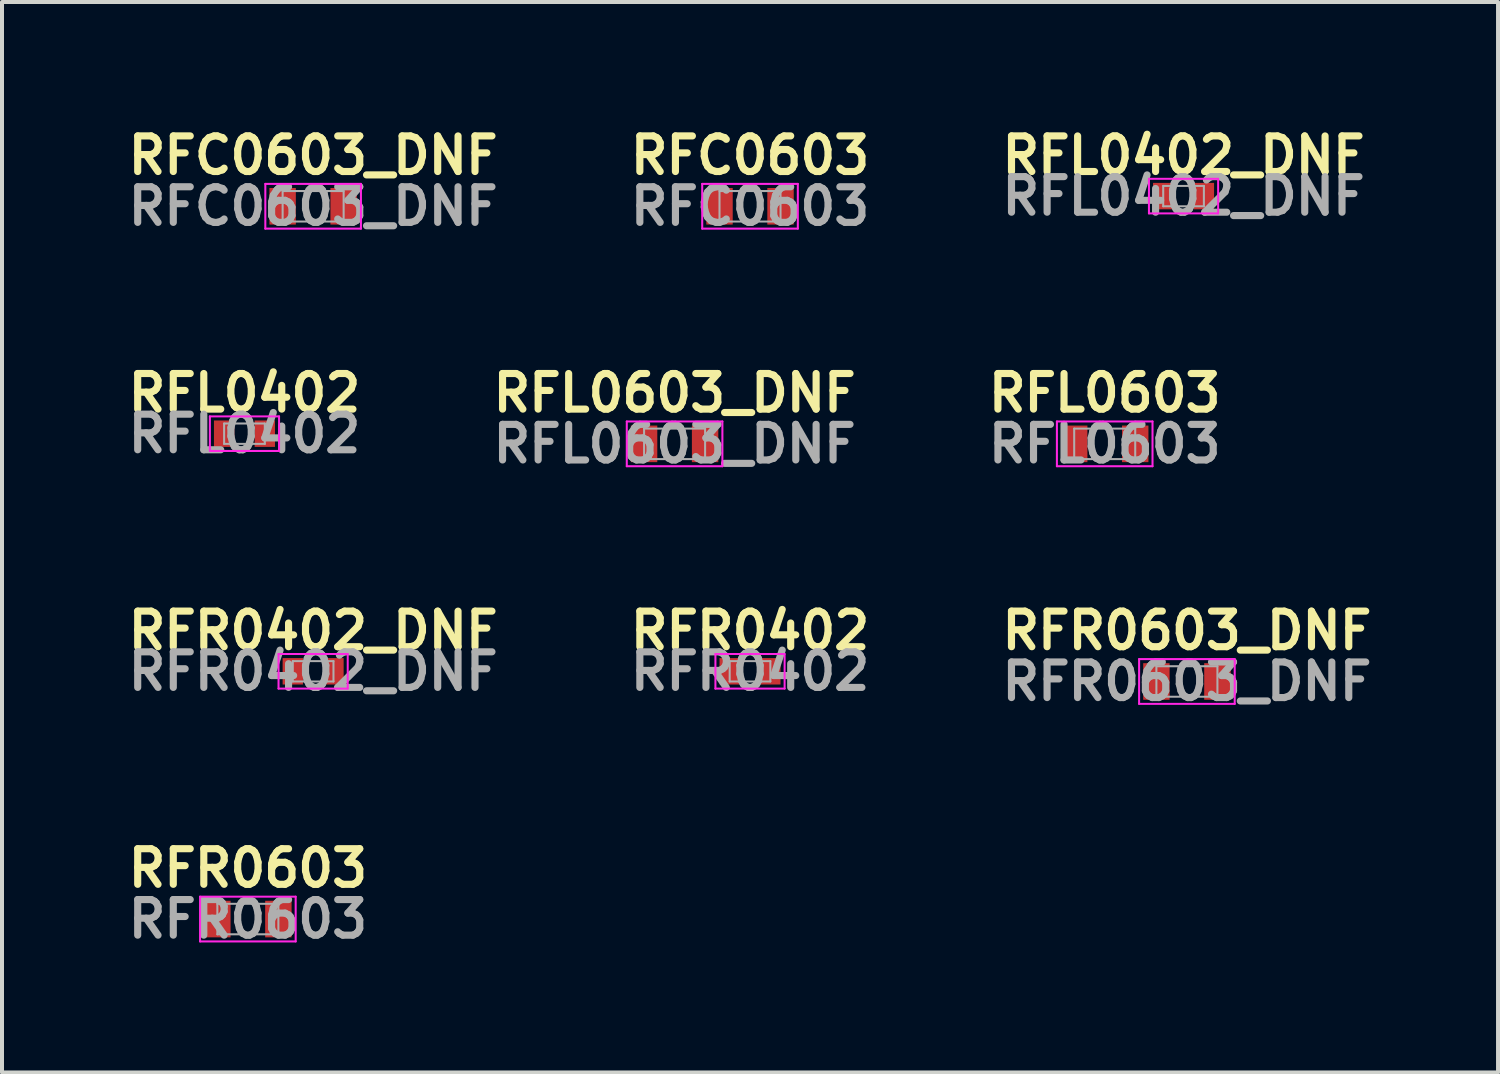
<source format=kicad_pcb>
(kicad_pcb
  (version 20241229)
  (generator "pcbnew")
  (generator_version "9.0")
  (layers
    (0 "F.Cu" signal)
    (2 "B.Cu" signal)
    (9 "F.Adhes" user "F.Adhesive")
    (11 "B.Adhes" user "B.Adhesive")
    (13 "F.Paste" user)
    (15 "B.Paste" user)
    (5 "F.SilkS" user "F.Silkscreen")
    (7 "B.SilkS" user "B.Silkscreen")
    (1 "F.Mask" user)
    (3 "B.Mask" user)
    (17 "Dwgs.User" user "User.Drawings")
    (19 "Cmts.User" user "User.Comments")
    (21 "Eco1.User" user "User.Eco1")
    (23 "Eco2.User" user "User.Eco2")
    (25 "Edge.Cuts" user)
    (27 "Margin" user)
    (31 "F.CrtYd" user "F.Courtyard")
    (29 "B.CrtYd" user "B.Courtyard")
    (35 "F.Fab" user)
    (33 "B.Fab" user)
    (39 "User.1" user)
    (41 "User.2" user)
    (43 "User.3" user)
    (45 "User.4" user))
  (footprint "RFC0603"
    (layer "F.Cu")
    (at 15.683 2.102)
    (property "Reference" "RFC0603" (at 0 -1.27 0) (unlocked yes) (layer "F.SilkS") (effects (font (size 0.889 0.889) (thickness 0.178))))
    (attr smd)
    (fp_line (start -1.194 -0.559) (end 1.194 -0.559) (stroke (width 0.051) (type solid)) (layer "F.CrtYd"))
    (fp_line (start -1.194 0.559) (end -1.194 -0.559) (stroke (width 0.051) (type solid)) (layer "F.CrtYd"))
    (fp_line (start 1.194 -0.559) (end 1.194 0.559) (stroke (width 0.051) (type solid)) (layer "F.CrtYd"))
    (fp_line (start 1.194 0.559) (end -1.194 0.559) (stroke (width 0.051) (type solid)) (layer "F.CrtYd"))
    (fp_line (start -0.762 -0.381) (end 0.762 -0.381) (stroke (width 0.051) (type solid)) (layer "F.Fab"))
    (fp_line (start -0.762 0.381) (end -0.762 -0.381) (stroke (width 0.051) (type solid)) (layer "F.Fab"))
    (fp_line (start 0.762 -0.381) (end 0.762 0.381) (stroke (width 0.051) (type solid)) (layer "F.Fab"))
    (fp_line (start 0.762 0.381) (end -0.762 0.381) (stroke (width 0.051) (type solid)) (layer "F.Fab"))
    (fp_text user "${REFERENCE}" (at 0 0 0) (unlocked yes) (layer "F.Fab") (effects (font (size 0.889 0.889) (thickness 0.178))))
    (pad "1" smd rect (at -0.762 0) (size 0.66 0.914) (layers "F.Cu" "F.Mask" "F.Paste"))
    (pad "2" smd rect (at 0.762 0) (size 0.66 0.914) (layers "F.Cu" "F.Mask" "F.Paste"))
    (zone (net_name "") (layer "F.Cu") (hatch full 0.508) (connect_pads) (min_thickness 0.254) (filled_areas_thickness no) (keepout (tracks not_allowed) (vias not_allowed) (pads allowed) (copperpour not_allowed) (footprints allowed)) (placement (enabled no)) (fill) (polygon (pts (xy 15.251 1.645) (xy 16.115 1.645) (xy 16.115 2.559) (xy 15.251 2.559)))))
  (footprint "RFL0603_DNF"
    (layer "F.Cu")
    (at 13.799 8.036)
    (property "Reference" "RFL0603_DNF" (at 0 -1.27 0) (unlocked yes) (layer "F.SilkS") (effects (font (size 0.889 0.889) (thickness 0.178))))
    (attr smd)
    (fp_line (start -1.194 -0.559) (end 1.194 -0.559) (stroke (width 0.051) (type solid)) (layer "F.CrtYd"))
    (fp_line (start -1.194 0.559) (end -1.194 -0.559) (stroke (width 0.051) (type solid)) (layer "F.CrtYd"))
    (fp_line (start 1.194 -0.559) (end 1.194 0.559) (stroke (width 0.051) (type solid)) (layer "F.CrtYd"))
    (fp_line (start 1.194 0.559) (end -1.194 0.559) (stroke (width 0.051) (type solid)) (layer "F.CrtYd"))
    (fp_line (start -0.762 -0.381) (end 0.762 -0.381) (stroke (width 0.051) (type solid)) (layer "F.Fab"))
    (fp_line (start -0.762 0.381) (end -0.762 -0.381) (stroke (width 0.051) (type solid)) (layer "F.Fab"))
    (fp_line (start 0.762 -0.381) (end 0.762 0.381) (stroke (width 0.051) (type solid)) (layer "F.Fab"))
    (fp_line (start 0.762 0.381) (end -0.762 0.381) (stroke (width 0.051) (type solid)) (layer "F.Fab"))
    (fp_text user "${REFERENCE}" (at 0 0 0) (unlocked yes) (layer "F.Fab") (effects (font (size 0.889 0.889) (thickness 0.178))))
    (pad "1" smd rect (at -0.762 0) (size 0.66 0.914) (layers "F.Cu" "F.Mask"))
    (pad "2" smd rect (at 0.762 0) (size 0.66 0.914) (layers "F.Cu" "F.Mask"))
    (zone (net_name "") (layer "F.Cu") (hatch full 0.508) (connect_pads) (min_thickness 0.254) (filled_areas_thickness no) (keepout (tracks not_allowed) (vias not_allowed) (pads allowed) (copperpour not_allowed) (footprints allowed)) (placement (enabled no)) (fill) (polygon (pts (xy 13.367 7.579) (xy 14.231 7.579) (xy 14.231 8.494) (xy 13.367 8.494)))))
  (footprint "RFR0603"
    (layer "F.Cu")
    (at 3.141 19.905)
    (property "Reference" "RFR0603" (at 0 -1.27 0) (unlocked yes) (layer "F.SilkS") (effects (font (size 0.889 0.889) (thickness 0.178))))
    (attr smd)
    (fp_line (start -1.194 -0.559) (end 1.194 -0.559) (stroke (width 0.051) (type solid)) (layer "F.CrtYd"))
    (fp_line (start -1.194 0.559) (end -1.194 -0.559) (stroke (width 0.051) (type solid)) (layer "F.CrtYd"))
    (fp_line (start 1.194 -0.559) (end 1.194 0.559) (stroke (width 0.051) (type solid)) (layer "F.CrtYd"))
    (fp_line (start 1.194 0.559) (end -1.194 0.559) (stroke (width 0.051) (type solid)) (layer "F.CrtYd"))
    (fp_line (start -0.762 -0.381) (end 0.762 -0.381) (stroke (width 0.051) (type solid)) (layer "F.Fab"))
    (fp_line (start -0.762 0.381) (end -0.762 -0.381) (stroke (width 0.051) (type solid)) (layer "F.Fab"))
    (fp_line (start 0.762 -0.381) (end 0.762 0.381) (stroke (width 0.051) (type solid)) (layer "F.Fab"))
    (fp_line (start 0.762 0.381) (end -0.762 0.381) (stroke (width 0.051) (type solid)) (layer "F.Fab"))
    (fp_text user "${REFERENCE}" (at 0 0 0) (unlocked yes) (layer "F.Fab") (effects (font (size 0.889 0.889) (thickness 0.178))))
    (pad "1" smd rect (at -0.762 0) (size 0.66 0.914) (layers "F.Cu" "F.Mask" "F.Paste"))
    (pad "2" smd rect (at 0.762 0) (size 0.66 0.914) (layers "F.Cu" "F.Mask" "F.Paste"))
    (zone (net_name "") (layer "F.Cu") (hatch full 0.508) (connect_pads) (min_thickness 0.254) (filled_areas_thickness no) (keepout (tracks not_allowed) (vias not_allowed) (pads allowed) (copperpour not_allowed) (footprints allowed)) (placement (enabled no)) (fill) (polygon (pts (xy 2.709 19.448) (xy 3.573 19.448) (xy 3.573 20.362) (xy 2.709 20.362)))))
  (footprint "RFR0402_DNF"
    (layer "F.Cu")
    (at 4.771 13.717)
    (property "Reference" "RFR0402_DNF" (at 0 -1.016 0) (layer "F.SilkS") (effects (font (size 0.889 0.889) (thickness 0.178) (bold yes))))
    (attr smd)
    (fp_line (start -0.864 -0.432) (end 0.864 -0.432) (stroke (width 0.051) (type solid)) (layer "F.CrtYd"))
    (fp_line (start -0.864 0.432) (end -0.864 -0.432) (stroke (width 0.051) (type solid)) (layer "F.CrtYd"))
    (fp_line (start 0.864 -0.432) (end 0.864 0.432) (stroke (width 0.05) (type solid)) (layer "F.CrtYd"))
    (fp_line (start 0.864 0.432) (end -0.864 0.432) (stroke (width 0.051) (type solid)) (layer "F.CrtYd"))
    (fp_line (start -0.508 -0.254) (end 0.508 -0.254) (stroke (width 0.051) (type solid)) (layer "F.Fab"))
    (fp_line (start -0.508 0.254) (end -0.508 -0.254) (stroke (width 0.051) (type solid)) (layer "F.Fab"))
    (fp_line (start 0.508 -0.254) (end 0.508 0.254) (stroke (width 0.051) (type solid)) (layer "F.Fab"))
    (fp_line (start 0.508 0.254) (end -0.508 0.254) (stroke (width 0.051) (type solid)) (layer "F.Fab"))
    (fp_text user "${REFERENCE}" (at 0 0 0) (layer "F.Fab") (effects (font (size 0.889 0.889) (thickness 0.178) (bold yes))))
    (pad "1" smd rect (at -0.508 0) (size 0.508 0.66) (layers "F.Cu" "F.Mask"))
    (pad "2" smd rect (at 0.508 0) (size 0.508 0.66) (layers "F.Cu" "F.Mask"))
    (zone (net_name "") (layer "F.Cu") (hatch full 0.508) (connect_pads) (min_thickness 0.254) (filled_areas_thickness no) (keepout (tracks not_allowed) (vias not_allowed) (pads allowed) (copperpour not_allowed) (footprints allowed)) (placement (enabled no)) (fill) (polygon (pts (xy 4.517 13.386) (xy 5.025 13.386) (xy 5.025 14.047) (xy 4.517 14.047)))))
  (footprint "RFR0603_DNF"
    (layer "F.Cu")
    (at 26.595 13.971)
    (property "Reference" "RFR0603_DNF" (at 0 -1.27 0) (unlocked yes) (layer "F.SilkS") (effects (font (size 0.889 0.889) (thickness 0.178))))
    (attr smd)
    (fp_line (start -1.194 -0.559) (end 1.194 -0.559) (stroke (width 0.051) (type solid)) (layer "F.CrtYd"))
    (fp_line (start -1.194 0.559) (end -1.194 -0.559) (stroke (width 0.051) (type solid)) (layer "F.CrtYd"))
    (fp_line (start 1.194 -0.559) (end 1.194 0.559) (stroke (width 0.051) (type solid)) (layer "F.CrtYd"))
    (fp_line (start 1.194 0.559) (end -1.194 0.559) (stroke (width 0.051) (type solid)) (layer "F.CrtYd"))
    (fp_line (start -0.762 -0.381) (end 0.762 -0.381) (stroke (width 0.051) (type solid)) (layer "F.Fab"))
    (fp_line (start -0.762 0.381) (end -0.762 -0.381) (stroke (width 0.051) (type solid)) (layer "F.Fab"))
    (fp_line (start 0.762 -0.381) (end 0.762 0.381) (stroke (width 0.051) (type solid)) (layer "F.Fab"))
    (fp_line (start 0.762 0.381) (end -0.762 0.381) (stroke (width 0.051) (type solid)) (layer "F.Fab"))
    (fp_text user "${REFERENCE}" (at 0 0 0) (unlocked yes) (layer "F.Fab") (effects (font (size 0.889 0.889) (thickness 0.178))))
    (pad "1" smd rect (at -0.762 0) (size 0.66 0.914) (layers "F.Cu" "F.Mask"))
    (pad "2" smd rect (at 0.762 0) (size 0.66 0.914) (layers "F.Cu" "F.Mask"))
    (zone (net_name "") (layer "F.Cu") (hatch full 0.508) (connect_pads) (min_thickness 0.254) (filled_areas_thickness no) (keepout (tracks not_allowed) (vias not_allowed) (pads allowed) (copperpour not_allowed) (footprints allowed)) (placement (enabled no)) (fill) (polygon (pts (xy 26.163 13.513) (xy 27.027 13.513) (xy 27.027 14.428) (xy 26.163 14.428)))))
  (footprint "RFL0402"
    (layer "F.Cu")
    (at 3.056 7.782)
    (property "Reference" "RFL0402" (at 0 -1.016 0) (layer "F.SilkS") (effects (font (size 0.889 0.889) (thickness 0.178) (bold yes))))
    (attr smd)
    (fp_line (start -0.864 -0.432) (end 0.864 -0.432) (stroke (width 0.051) (type solid)) (layer "F.CrtYd"))
    (fp_line (start -0.864 0.432) (end -0.864 -0.432) (stroke (width 0.051) (type solid)) (layer "F.CrtYd"))
    (fp_line (start 0.864 -0.432) (end 0.864 0.432) (stroke (width 0.05) (type solid)) (layer "F.CrtYd"))
    (fp_line (start 0.864 0.432) (end -0.864 0.432) (stroke (width 0.051) (type solid)) (layer "F.CrtYd"))
    (fp_line (start -0.508 -0.254) (end 0.508 -0.254) (stroke (width 0.051) (type solid)) (layer "F.Fab"))
    (fp_line (start -0.508 0.254) (end -0.508 -0.254) (stroke (width 0.051) (type solid)) (layer "F.Fab"))
    (fp_line (start 0.508 -0.254) (end 0.508 0.254) (stroke (width 0.051) (type solid)) (layer "F.Fab"))
    (fp_line (start 0.508 0.254) (end -0.508 0.254) (stroke (width 0.051) (type solid)) (layer "F.Fab"))
    (fp_text user "${REFERENCE}" (at 0 0 0) (layer "F.Fab") (effects (font (size 0.889 0.889) (thickness 0.178) (bold yes))))
    (pad "1" smd rect (at -0.508 0) (size 0.508 0.66) (layers "F.Cu" "F.Mask" "F.Paste"))
    (pad "2" smd rect (at 0.508 0) (size 0.508 0.66) (layers "F.Cu" "F.Mask" "F.Paste"))
    (zone (net_name "") (layer "F.Cu") (hatch full 0.508) (connect_pads) (min_thickness 0.254) (filled_areas_thickness no) (keepout (tracks not_allowed) (vias not_allowed) (pads allowed) (copperpour not_allowed) (footprints allowed)) (placement (enabled no)) (fill) (polygon (pts (xy 2.802 7.452) (xy 3.31 7.452) (xy 3.31 8.113) (xy 2.802 8.113)))))
  (footprint "RFL0402_DNF"
    (layer "F.Cu")
    (at 26.511 1.848)
    (property "Reference" "RFL0402_DNF" (at 0 -1.016 0) (layer "F.SilkS") (effects (font (size 0.889 0.889) (thickness 0.178) (bold yes))))
    (attr smd)
    (fp_line (start -0.864 -0.432) (end 0.864 -0.432) (stroke (width 0.051) (type solid)) (layer "F.CrtYd"))
    (fp_line (start -0.864 0.432) (end -0.864 -0.432) (stroke (width 0.051) (type solid)) (layer "F.CrtYd"))
    (fp_line (start 0.864 -0.432) (end 0.864 0.432) (stroke (width 0.05) (type solid)) (layer "F.CrtYd"))
    (fp_line (start 0.864 0.432) (end -0.864 0.432) (stroke (width 0.051) (type solid)) (layer "F.CrtYd"))
    (fp_line (start -0.508 -0.254) (end 0.508 -0.254) (stroke (width 0.051) (type solid)) (layer "F.Fab"))
    (fp_line (start -0.508 0.254) (end -0.508 -0.254) (stroke (width 0.051) (type solid)) (layer "F.Fab"))
    (fp_line (start 0.508 -0.254) (end 0.508 0.254) (stroke (width 0.051) (type solid)) (layer "F.Fab"))
    (fp_line (start 0.508 0.254) (end -0.508 0.254) (stroke (width 0.051) (type solid)) (layer "F.Fab"))
    (fp_text user "${REFERENCE}" (at 0 0 0) (layer "F.Fab") (effects (font (size 0.889 0.889) (thickness 0.178) (bold yes))))
    (pad "1" smd rect (at -0.508 0) (size 0.508 0.66) (layers "F.Cu" "F.Mask"))
    (pad "2" smd rect (at 0.508 0) (size 0.508 0.66) (layers "F.Cu" "F.Mask"))
    (zone (net_name "") (layer "F.Cu") (hatch full 0.508) (connect_pads) (min_thickness 0.254) (filled_areas_thickness no) (keepout (tracks not_allowed) (vias not_allowed) (pads allowed) (copperpour not_allowed) (footprints allowed)) (placement (enabled no)) (fill) (polygon (pts (xy 26.257 1.518) (xy 26.765 1.518) (xy 26.765 2.178) (xy 26.257 2.178)))))
  (footprint "RFR0402"
    (layer "F.Cu")
    (at 15.683 13.717)
    (property "Reference" "RFR0402" (at 0 -1.016 0) (layer "F.SilkS") (effects (font (size 0.889 0.889) (thickness 0.178) (bold yes))))
    (attr smd)
    (fp_line (start -0.864 -0.432) (end 0.864 -0.432) (stroke (width 0.051) (type solid)) (layer "F.CrtYd"))
    (fp_line (start -0.864 0.432) (end -0.864 -0.432) (stroke (width 0.051) (type solid)) (layer "F.CrtYd"))
    (fp_line (start 0.864 -0.432) (end 0.864 0.432) (stroke (width 0.05) (type solid)) (layer "F.CrtYd"))
    (fp_line (start 0.864 0.432) (end -0.864 0.432) (stroke (width 0.051) (type solid)) (layer "F.CrtYd"))
    (fp_line (start -0.508 -0.254) (end 0.508 -0.254) (stroke (width 0.051) (type solid)) (layer "F.Fab"))
    (fp_line (start -0.508 0.254) (end -0.508 -0.254) (stroke (width 0.051) (type solid)) (layer "F.Fab"))
    (fp_line (start 0.508 -0.254) (end 0.508 0.254) (stroke (width 0.051) (type solid)) (layer "F.Fab"))
    (fp_line (start 0.508 0.254) (end -0.508 0.254) (stroke (width 0.051) (type solid)) (layer "F.Fab"))
    (fp_text user "${REFERENCE}" (at 0 0 0) (layer "F.Fab") (effects (font (size 0.889 0.889) (thickness 0.178) (bold yes))))
    (pad "1" smd rect (at -0.508 0) (size 0.508 0.66) (layers "F.Cu" "F.Mask" "F.Paste"))
    (pad "2" smd rect (at 0.508 0) (size 0.508 0.66) (layers "F.Cu" "F.Mask" "F.Paste"))
    (zone (net_name "") (layer "F.Cu") (hatch full 0.508) (connect_pads) (min_thickness 0.254) (filled_areas_thickness no) (keepout (tracks not_allowed) (vias not_allowed) (pads allowed) (copperpour not_allowed) (footprints allowed)) (placement (enabled no)) (fill) (polygon (pts (xy 15.429 13.386) (xy 15.937 13.386) (xy 15.937 14.047) (xy 15.429 14.047)))))
  (footprint "RFL0603"
    (layer "F.Cu")
    (at 24.542 8.036)
    (property "Reference" "RFL0603" (at 0 -1.27 0) (unlocked yes) (layer "F.SilkS") (effects (font (size 0.889 0.889) (thickness 0.178))))
    (attr smd)
    (fp_line (start -1.194 -0.559) (end 1.194 -0.559) (stroke (width 0.051) (type solid)) (layer "F.CrtYd"))
    (fp_line (start -1.194 0.559) (end -1.194 -0.559) (stroke (width 0.051) (type solid)) (layer "F.CrtYd"))
    (fp_line (start 1.194 -0.559) (end 1.194 0.559) (stroke (width 0.051) (type solid)) (layer "F.CrtYd"))
    (fp_line (start 1.194 0.559) (end -1.194 0.559) (stroke (width 0.051) (type solid)) (layer "F.CrtYd"))
    (fp_line (start -0.762 -0.381) (end 0.762 -0.381) (stroke (width 0.051) (type solid)) (layer "F.Fab"))
    (fp_line (start -0.762 0.381) (end -0.762 -0.381) (stroke (width 0.051) (type solid)) (layer "F.Fab"))
    (fp_line (start 0.762 -0.381) (end 0.762 0.381) (stroke (width 0.051) (type solid)) (layer "F.Fab"))
    (fp_line (start 0.762 0.381) (end -0.762 0.381) (stroke (width 0.051) (type solid)) (layer "F.Fab"))
    (fp_text user "${REFERENCE}" (at 0 0 0) (unlocked yes) (layer "F.Fab") (effects (font (size 0.889 0.889) (thickness 0.178))))
    (pad "1" smd rect (at -0.762 0) (size 0.66 0.914) (layers "F.Cu" "F.Mask" "F.Paste"))
    (pad "2" smd rect (at 0.762 0) (size 0.66 0.914) (layers "F.Cu" "F.Mask" "F.Paste"))
    (zone (net_name "") (layer "F.Cu") (hatch full 0.508) (connect_pads) (min_thickness 0.254) (filled_areas_thickness no) (keepout (tracks not_allowed) (vias not_allowed) (pads allowed) (copperpour not_allowed) (footprints allowed)) (placement (enabled no)) (fill) (polygon (pts (xy 24.11 7.579) (xy 24.974 7.579) (xy 24.974 8.494) (xy 24.11 8.494)))))
  (footprint "RFC0603_DNF"
    (layer "F.Cu")
    (at 4.771 2.102)
    (property "Reference" "RFC0603_DNF" (at 0 -1.27 0) (unlocked yes) (layer "F.SilkS") (effects (font (size 0.889 0.889) (thickness 0.178))))
    (attr smd)
    (fp_line (start -1.194 -0.559) (end 1.194 -0.559) (stroke (width 0.051) (type solid)) (layer "F.CrtYd"))
    (fp_line (start -1.194 0.559) (end -1.194 -0.559) (stroke (width 0.051) (type solid)) (layer "F.CrtYd"))
    (fp_line (start 1.194 -0.559) (end 1.194 0.559) (stroke (width 0.051) (type solid)) (layer "F.CrtYd"))
    (fp_line (start 1.194 0.559) (end -1.194 0.559) (stroke (width 0.051) (type solid)) (layer "F.CrtYd"))
    (fp_line (start -0.762 -0.381) (end 0.762 -0.381) (stroke (width 0.051) (type solid)) (layer "F.Fab"))
    (fp_line (start -0.762 0.381) (end -0.762 -0.381) (stroke (width 0.051) (type solid)) (layer "F.Fab"))
    (fp_line (start 0.762 -0.381) (end 0.762 0.381) (stroke (width 0.051) (type solid)) (layer "F.Fab"))
    (fp_line (start 0.762 0.381) (end -0.762 0.381) (stroke (width 0.051) (type solid)) (layer "F.Fab"))
    (fp_text user "${REFERENCE}" (at 0 0 0) (unlocked yes) (layer "F.Fab") (effects (font (size 0.889 0.889) (thickness 0.178))))
    (pad "1" smd rect (at -0.762 0) (size 0.66 0.914) (layers "F.Cu" "F.Mask"))
    (pad "2" smd rect (at 0.762 0) (size 0.66 0.914) (layers "F.Cu" "F.Mask"))
    (zone (net_name "") (layer "F.Cu") (hatch full 0.508) (connect_pads) (min_thickness 0.254) (filled_areas_thickness no) (keepout (tracks not_allowed) (vias not_allowed) (pads allowed) (copperpour not_allowed) (footprints allowed)) (placement (enabled no)) (fill) (polygon (pts (xy 4.339 1.645) (xy 5.203 1.645) (xy 5.203 2.559) (xy 4.339 2.559)))))
  (gr_rect
    (start -3 -3)
    (end 34.366 23.737)
    (stroke (width 0.1) (type default))
    (fill no)
    (layer "Edge.Cuts")))
</source>
